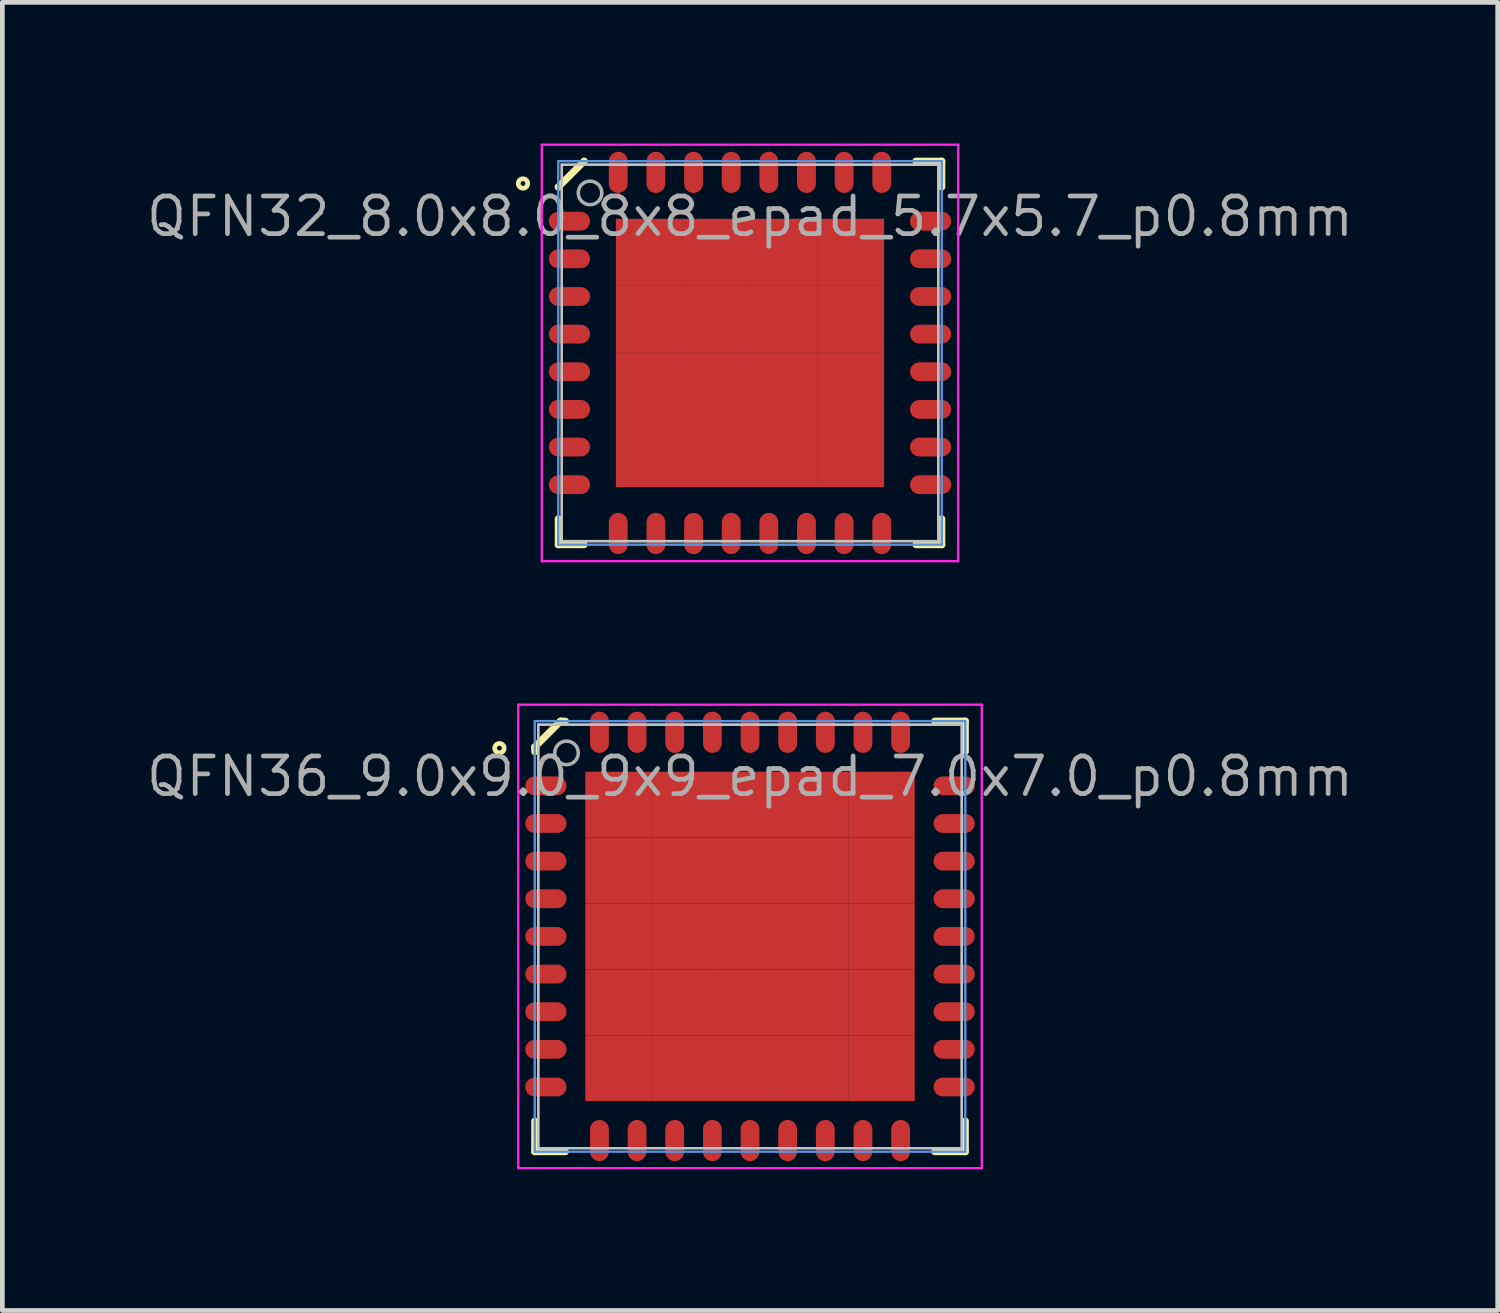
<source format=kicad_pcb>
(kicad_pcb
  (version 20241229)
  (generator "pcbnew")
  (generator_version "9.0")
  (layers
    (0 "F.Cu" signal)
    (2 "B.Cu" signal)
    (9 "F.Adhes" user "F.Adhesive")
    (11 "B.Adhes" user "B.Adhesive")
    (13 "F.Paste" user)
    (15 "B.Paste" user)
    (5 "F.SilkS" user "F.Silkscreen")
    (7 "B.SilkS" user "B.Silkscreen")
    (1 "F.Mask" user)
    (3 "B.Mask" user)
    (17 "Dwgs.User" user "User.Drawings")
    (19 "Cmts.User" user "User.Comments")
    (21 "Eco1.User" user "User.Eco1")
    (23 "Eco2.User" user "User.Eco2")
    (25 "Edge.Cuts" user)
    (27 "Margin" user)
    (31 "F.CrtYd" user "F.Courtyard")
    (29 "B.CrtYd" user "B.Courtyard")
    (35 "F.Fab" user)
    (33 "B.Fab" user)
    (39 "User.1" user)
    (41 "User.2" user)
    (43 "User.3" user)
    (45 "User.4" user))
  (footprint "QFN32_8.0x8.0_8x8_epad_5.7x5.7_p0.8mm"
    (layer "F.Cu")
    (at 12.889 4.45)
    (property "Reference" "QFN32_8.0x8.0_8x8_epad_5.7x5.7_p0.8mm" (at 0 -2.9 0) (layer "F.Fab") (effects (font (size 0.8 0.8) (thickness 0.1))))
    (attr through_hole)
    (fp_line (start -4.075 -3.525) (end -4.075 -3.525) (stroke (width 0.15) (type solid)) (layer "F.SilkS"))
    (fp_line (start -4.075 -3.525) (end -3.525 -4.075) (stroke (width 0.15) (type solid)) (layer "F.SilkS"))
    (fp_line (start -4.075 4.075) (end -4.075 3.525) (stroke (width 0.15) (type solid)) (layer "F.SilkS"))
    (fp_line (start -4.075 4.075) (end -3.525 4.075) (stroke (width 0.15) (type solid)) (layer "F.SilkS"))
    (fp_line (start -3.525 -4.075) (end -3.525 -4.075) (stroke (width 0.15) (type solid)) (layer "F.SilkS"))
    (fp_line (start 4.075 -4.075) (end 3.525 -4.075) (stroke (width 0.15) (type solid)) (layer "F.SilkS"))
    (fp_line (start 4.075 -4.075) (end 4.075 -3.525) (stroke (width 0.15) (type solid)) (layer "F.SilkS"))
    (fp_line (start 4.075 4.075) (end 3.525 4.075) (stroke (width 0.15) (type solid)) (layer "F.SilkS"))
    (fp_line (start 4.075 4.075) (end 4.075 3.525) (stroke (width 0.15) (type solid)) (layer "F.SilkS"))
    (fp_circle (center -4.825 -3.6) (end -4.754 -3.529) (stroke (width 0.1) (type solid)) (fill no) (layer "F.SilkS"))
    (fp_line (start -4 -4) (end -4 4) (stroke (width 0.05) (type solid)) (layer "Dwgs.User"))
    (fp_line (start -4 -4) (end 4 -4) (stroke (width 0.05) (type solid)) (layer "Dwgs.User"))
    (fp_line (start -4 4) (end 4 4) (stroke (width 0.05) (type solid)) (layer "Dwgs.User"))
    (fp_line (start 4 -4) (end 4 4) (stroke (width 0.05) (type solid)) (layer "Dwgs.User"))
    (fp_line (start -4.075 -4.075) (end -4.075 4.075) (stroke (width 0.05) (type solid)) (layer "Cmts.User"))
    (fp_line (start -4.075 -4.075) (end 4.075 -4.075) (stroke (width 0.05) (type solid)) (layer "Cmts.User"))
    (fp_line (start -4.075 4.075) (end 4.075 4.075) (stroke (width 0.05) (type solid)) (layer "Cmts.User"))
    (fp_line (start 4.075 -4.075) (end 4.075 4.075) (stroke (width 0.05) (type solid)) (layer "Cmts.User"))
    (fp_line (start -3.925 -3.925) (end -3.925 3.925) (stroke (width 0.05) (type solid)) (layer "Eco1.User"))
    (fp_line (start -3.925 -3.925) (end 3.925 -3.925) (stroke (width 0.05) (type solid)) (layer "Eco1.User"))
    (fp_line (start -3.925 3.925) (end 3.925 3.925) (stroke (width 0.05) (type solid)) (layer "Eco1.User"))
    (fp_line (start 3.925 -3.925) (end 3.925 3.925) (stroke (width 0.05) (type solid)) (layer "Eco1.User"))
    (fp_line (start -4.425 -4.425) (end -4.425 4.425) (stroke (width 0.05) (type solid)) (layer "F.CrtYd"))
    (fp_line (start -4.425 -4.425) (end 4.425 -4.425) (stroke (width 0.05) (type solid)) (layer "F.CrtYd"))
    (fp_line (start -4.425 4.425) (end 4.425 4.425) (stroke (width 0.05) (type solid)) (layer "F.CrtYd"))
    (fp_line (start 4.425 -4.425) (end 4.425 4.425) (stroke (width 0.05) (type solid)) (layer "F.CrtYd"))
    (fp_line (start -4 -4) (end -4 4) (stroke (width 0.05) (type solid)) (layer "F.Fab"))
    (fp_line (start -4 -4) (end 4 -4) (stroke (width 0.05) (type solid)) (layer "F.Fab"))
    (fp_line (start -4 4) (end 4 4) (stroke (width 0.05) (type solid)) (layer "F.Fab"))
    (fp_line (start 4 -4) (end 4 4) (stroke (width 0.05) (type solid)) (layer "F.Fab"))
    (fp_circle (center -3.4 -3.4) (end -3.223 -3.223) (stroke (width 0.075) (type solid)) (fill no) (layer "F.Fab"))
    (pad "1" smd oval (at -3.837 -2.8 180) (size 0.875 0.4) (layers "F.Cu" "F.Mask" "F.Paste"))
    (pad "2" smd oval (at -3.837 -2 180) (size 0.875 0.4) (layers "F.Cu" "F.Mask" "F.Paste"))
    (pad "3" smd oval (at -3.837 -1.2 180) (size 0.875 0.4) (layers "F.Cu" "F.Mask" "F.Paste"))
    (pad "4" smd oval (at -3.837 -0.4 180) (size 0.875 0.4) (layers "F.Cu" "F.Mask" "F.Paste"))
    (pad "5" smd oval (at -3.837 0.4 180) (size 0.875 0.4) (layers "F.Cu" "F.Mask" "F.Paste"))
    (pad "6" smd oval (at -3.837 1.2 180) (size 0.875 0.4) (layers "F.Cu" "F.Mask" "F.Paste"))
    (pad "7" smd oval (at -3.837 2 180) (size 0.875 0.4) (layers "F.Cu" "F.Mask" "F.Paste"))
    (pad "8" smd oval (at -3.837 2.8 180) (size 0.875 0.4) (layers "F.Cu" "F.Mask" "F.Paste"))
    (pad "9" smd oval (at -2.8 3.837 270) (size 0.875 0.4) (layers "F.Cu" "F.Mask" "F.Paste"))
    (pad "10" smd oval (at -2 3.837 270) (size 0.875 0.4) (layers "F.Cu" "F.Mask" "F.Paste"))
    (pad "11" smd oval (at -1.2 3.837 270) (size 0.875 0.4) (layers "F.Cu" "F.Mask" "F.Paste"))
    (pad "12" smd oval (at -0.4 3.837 270) (size 0.875 0.4) (layers "F.Cu" "F.Mask" "F.Paste"))
    (pad "13" smd oval (at 0.4 3.837 270) (size 0.875 0.4) (layers "F.Cu" "F.Mask" "F.Paste"))
    (pad "14" smd oval (at 1.2 3.837 270) (size 0.875 0.4) (layers "F.Cu" "F.Mask" "F.Paste"))
    (pad "15" smd oval (at 2 3.837 270) (size 0.875 0.4) (layers "F.Cu" "F.Mask" "F.Paste"))
    (pad "16" smd oval (at 2.8 3.837 270) (size 0.875 0.4) (layers "F.Cu" "F.Mask" "F.Paste"))
    (pad "17" smd oval (at 3.837 2.8) (size 0.875 0.4) (layers "F.Cu" "F.Mask" "F.Paste"))
    (pad "18" smd oval (at 3.837 2) (size 0.875 0.4) (layers "F.Cu" "F.Mask" "F.Paste"))
    (pad "19" smd oval (at 3.837 1.2) (size 0.875 0.4) (layers "F.Cu" "F.Mask" "F.Paste"))
    (pad "20" smd oval (at 3.837 0.4) (size 0.875 0.4) (layers "F.Cu" "F.Mask" "F.Paste"))
    (pad "21" smd oval (at 3.837 -0.4) (size 0.875 0.4) (layers "F.Cu" "F.Mask" "F.Paste"))
    (pad "22" smd oval (at 3.837 -1.2) (size 0.875 0.4) (layers "F.Cu" "F.Mask" "F.Paste"))
    (pad "23" smd oval (at 3.837 -2) (size 0.875 0.4) (layers "F.Cu" "F.Mask" "F.Paste"))
    (pad "24" smd oval (at 3.837 -2.8) (size 0.875 0.4) (layers "F.Cu" "F.Mask" "F.Paste"))
    (pad "25" smd oval (at 2.8 -3.837 90) (size 0.875 0.4) (layers "F.Cu" "F.Mask" "F.Paste"))
    (pad "26" smd oval (at 2 -3.837 90) (size 0.875 0.4) (layers "F.Cu" "F.Mask" "F.Paste"))
    (pad "27" smd oval (at 1.2 -3.837 90) (size 0.875 0.4) (layers "F.Cu" "F.Mask" "F.Paste"))
    (pad "28" smd oval (at 0.4 -3.837 90) (size 0.875 0.4) (layers "F.Cu" "F.Mask" "F.Paste"))
    (pad "29" smd oval (at -0.4 -3.837 90) (size 0.875 0.4) (layers "F.Cu" "F.Mask" "F.Paste"))
    (pad "30" smd oval (at -1.2 -3.837 90) (size 0.875 0.4) (layers "F.Cu" "F.Mask" "F.Paste"))
    (pad "31" smd oval (at -2 -3.837 90) (size 0.875 0.4) (layers "F.Cu" "F.Mask" "F.Paste"))
    (pad "32" smd oval (at -2.8 -3.837 90) (size 0.875 0.4) (layers "F.Cu" "F.Mask" "F.Paste"))
    (pad "33" smd rect (at -2.138 -2.138) (size 1.425 1.425) (layers "F.Cu" "F.Mask" "F.Paste"))
    (pad "33" smd rect (at -2.138 -0.713) (size 1.425 1.425) (layers "F.Cu" "F.Mask" "F.Paste"))
    (pad "33" smd rect (at -2.138 0.713) (size 1.425 1.425) (layers "F.Cu" "F.Mask" "F.Paste"))
    (pad "33" smd rect (at -2.138 2.138) (size 1.425 1.425) (layers "F.Cu" "F.Mask" "F.Paste"))
    (pad "33" smd rect (at -0.713 -2.138) (size 1.425 1.425) (layers "F.Cu" "F.Mask" "F.Paste"))
    (pad "33" smd rect (at -0.713 -0.713) (size 1.425 1.425) (layers "F.Cu" "F.Mask" "F.Paste"))
    (pad "33" smd rect (at -0.713 0.713) (size 1.425 1.425) (layers "F.Cu" "F.Mask" "F.Paste"))
    (pad "33" smd rect (at -0.713 2.138) (size 1.425 1.425) (layers "F.Cu" "F.Mask" "F.Paste"))
    (pad "33" smd rect (at 0.713 -2.138) (size 1.425 1.425) (layers "F.Cu" "F.Mask" "F.Paste"))
    (pad "33" smd rect (at 0.713 -0.713) (size 1.425 1.425) (layers "F.Cu" "F.Mask" "F.Paste"))
    (pad "33" smd rect (at 0.713 0.713) (size 1.425 1.425) (layers "F.Cu" "F.Mask" "F.Paste"))
    (pad "33" smd rect (at 0.713 2.138) (size 1.425 1.425) (layers "F.Cu" "F.Mask" "F.Paste"))
    (pad "33" smd rect (at 2.138 -2.138) (size 1.425 1.425) (layers "F.Cu" "F.Mask" "F.Paste"))
    (pad "33" smd rect (at 2.138 -0.713) (size 1.425 1.425) (layers "F.Cu" "F.Mask" "F.Paste"))
    (pad "33" smd rect (at 2.138 0.713) (size 1.425 1.425) (layers "F.Cu" "F.Mask" "F.Paste"))
    (pad "33" smd rect (at 2.138 2.138) (size 1.425 1.425) (layers "F.Cu" "F.Mask" "F.Paste")))
  (footprint "QFN36_9.0x9.0_9x9_epad_7.0x7.0_p0.8mm"
    (layer "F.Cu")
    (at 12.889 16.85)
    (property "Reference" "QFN36_9.0x9.0_9x9_epad_7.0x7.0_p0.8mm" (at 0 -3.4 0) (layer "F.Fab") (effects (font (size 0.8 0.8) (thickness 0.1))))
    (attr through_hole)
    (fp_line (start -4.575 -4.025) (end -4.575 -3.925) (stroke (width 0.15) (type solid)) (layer "F.SilkS"))
    (fp_line (start -4.575 -4.025) (end -4.025 -4.575) (stroke (width 0.15) (type solid)) (layer "F.SilkS"))
    (fp_line (start -4.575 4.575) (end -4.575 3.925) (stroke (width 0.15) (type solid)) (layer "F.SilkS"))
    (fp_line (start -4.575 4.575) (end -3.925 4.575) (stroke (width 0.15) (type solid)) (layer "F.SilkS"))
    (fp_line (start -3.925 -4.575) (end -4.025 -4.575) (stroke (width 0.15) (type solid)) (layer "F.SilkS"))
    (fp_line (start 4.575 -4.575) (end 3.925 -4.575) (stroke (width 0.15) (type solid)) (layer "F.SilkS"))
    (fp_line (start 4.575 -4.575) (end 4.575 -3.925) (stroke (width 0.15) (type solid)) (layer "F.SilkS"))
    (fp_line (start 4.575 4.575) (end 3.925 4.575) (stroke (width 0.15) (type solid)) (layer "F.SilkS"))
    (fp_line (start 4.575 4.575) (end 4.575 3.925) (stroke (width 0.15) (type solid)) (layer "F.SilkS"))
    (fp_circle (center -5.325 -4) (end -5.254 -3.929) (stroke (width 0.1) (type solid)) (fill no) (layer "F.SilkS"))
    (fp_line (start -4.5 -4.5) (end -4.5 4.5) (stroke (width 0.05) (type solid)) (layer "Dwgs.User"))
    (fp_line (start -4.5 -4.5) (end 4.5 -4.5) (stroke (width 0.05) (type solid)) (layer "Dwgs.User"))
    (fp_line (start -4.5 4.5) (end 4.5 4.5) (stroke (width 0.05) (type solid)) (layer "Dwgs.User"))
    (fp_line (start 4.5 -4.5) (end 4.5 4.5) (stroke (width 0.05) (type solid)) (layer "Dwgs.User"))
    (fp_line (start -4.575 -4.575) (end -4.575 4.575) (stroke (width 0.05) (type solid)) (layer "Cmts.User"))
    (fp_line (start -4.575 -4.575) (end 4.575 -4.575) (stroke (width 0.05) (type solid)) (layer "Cmts.User"))
    (fp_line (start -4.575 4.575) (end 4.575 4.575) (stroke (width 0.05) (type solid)) (layer "Cmts.User"))
    (fp_line (start 4.575 -4.575) (end 4.575 4.575) (stroke (width 0.05) (type solid)) (layer "Cmts.User"))
    (fp_line (start -4.425 -4.425) (end -4.425 4.425) (stroke (width 0.05) (type solid)) (layer "Eco1.User"))
    (fp_line (start -4.425 -4.425) (end 4.425 -4.425) (stroke (width 0.05) (type solid)) (layer "Eco1.User"))
    (fp_line (start -4.425 4.425) (end 4.425 4.425) (stroke (width 0.05) (type solid)) (layer "Eco1.User"))
    (fp_line (start 4.425 -4.425) (end 4.425 4.425) (stroke (width 0.05) (type solid)) (layer "Eco1.User"))
    (fp_line (start -4.925 -4.925) (end -4.925 4.925) (stroke (width 0.05) (type solid)) (layer "F.CrtYd"))
    (fp_line (start -4.925 -4.925) (end 4.925 -4.925) (stroke (width 0.05) (type solid)) (layer "F.CrtYd"))
    (fp_line (start -4.925 4.925) (end 4.925 4.925) (stroke (width 0.05) (type solid)) (layer "F.CrtYd"))
    (fp_line (start 4.925 -4.925) (end 4.925 4.925) (stroke (width 0.05) (type solid)) (layer "F.CrtYd"))
    (fp_line (start -4.5 -4.5) (end -4.5 4.5) (stroke (width 0.05) (type solid)) (layer "F.Fab"))
    (fp_line (start -4.5 -4.5) (end 4.5 -4.5) (stroke (width 0.05) (type solid)) (layer "F.Fab"))
    (fp_line (start -4.5 4.5) (end 4.5 4.5) (stroke (width 0.05) (type solid)) (layer "F.Fab"))
    (fp_line (start 4.5 -4.5) (end 4.5 4.5) (stroke (width 0.05) (type solid)) (layer "F.Fab"))
    (fp_circle (center -3.9 -3.9) (end -3.723 -3.723) (stroke (width 0.075) (type solid)) (fill no) (layer "F.Fab"))
    (pad "1" smd oval (at -4.338 -3.2 180) (size 0.875 0.4) (layers "F.Cu" "F.Mask" "F.Paste"))
    (pad "2" smd oval (at -4.338 -2.4 180) (size 0.875 0.4) (layers "F.Cu" "F.Mask" "F.Paste"))
    (pad "3" smd oval (at -4.338 -1.6 180) (size 0.875 0.4) (layers "F.Cu" "F.Mask" "F.Paste"))
    (pad "4" smd oval (at -4.338 -0.8 180) (size 0.875 0.4) (layers "F.Cu" "F.Mask" "F.Paste"))
    (pad "5" smd oval (at -4.338 0 180) (size 0.875 0.4) (layers "F.Cu" "F.Mask" "F.Paste"))
    (pad "6" smd oval (at -4.338 0.8 180) (size 0.875 0.4) (layers "F.Cu" "F.Mask" "F.Paste"))
    (pad "7" smd oval (at -4.338 1.6 180) (size 0.875 0.4) (layers "F.Cu" "F.Mask" "F.Paste"))
    (pad "8" smd oval (at -4.338 2.4 180) (size 0.875 0.4) (layers "F.Cu" "F.Mask" "F.Paste"))
    (pad "9" smd oval (at -4.338 3.2 180) (size 0.875 0.4) (layers "F.Cu" "F.Mask" "F.Paste"))
    (pad "10" smd oval (at -3.2 4.338 270) (size 0.875 0.4) (layers "F.Cu" "F.Mask" "F.Paste"))
    (pad "11" smd oval (at -2.4 4.338 270) (size 0.875 0.4) (layers "F.Cu" "F.Mask" "F.Paste"))
    (pad "12" smd oval (at -1.6 4.338 270) (size 0.875 0.4) (layers "F.Cu" "F.Mask" "F.Paste"))
    (pad "13" smd oval (at -0.8 4.338 270) (size 0.875 0.4) (layers "F.Cu" "F.Mask" "F.Paste"))
    (pad "14" smd oval (at 0 4.338 270) (size 0.875 0.4) (layers "F.Cu" "F.Mask" "F.Paste"))
    (pad "15" smd oval (at 0.8 4.338 270) (size 0.875 0.4) (layers "F.Cu" "F.Mask" "F.Paste"))
    (pad "16" smd oval (at 1.6 4.338 270) (size 0.875 0.4) (layers "F.Cu" "F.Mask" "F.Paste"))
    (pad "17" smd oval (at 2.4 4.338 270) (size 0.875 0.4) (layers "F.Cu" "F.Mask" "F.Paste"))
    (pad "18" smd oval (at 3.2 4.338 270) (size 0.875 0.4) (layers "F.Cu" "F.Mask" "F.Paste"))
    (pad "19" smd oval (at 4.338 3.2) (size 0.875 0.4) (layers "F.Cu" "F.Mask" "F.Paste"))
    (pad "20" smd oval (at 4.338 2.4) (size 0.875 0.4) (layers "F.Cu" "F.Mask" "F.Paste"))
    (pad "21" smd oval (at 4.338 1.6) (size 0.875 0.4) (layers "F.Cu" "F.Mask" "F.Paste"))
    (pad "22" smd oval (at 4.338 0.8) (size 0.875 0.4) (layers "F.Cu" "F.Mask" "F.Paste"))
    (pad "23" smd oval (at 4.338 0) (size 0.875 0.4) (layers "F.Cu" "F.Mask" "F.Paste"))
    (pad "24" smd oval (at 4.338 -0.8) (size 0.875 0.4) (layers "F.Cu" "F.Mask" "F.Paste"))
    (pad "25" smd oval (at 4.338 -1.6) (size 0.875 0.4) (layers "F.Cu" "F.Mask" "F.Paste"))
    (pad "26" smd oval (at 4.338 -2.4) (size 0.875 0.4) (layers "F.Cu" "F.Mask" "F.Paste"))
    (pad "27" smd oval (at 4.338 -3.2) (size 0.875 0.4) (layers "F.Cu" "F.Mask" "F.Paste"))
    (pad "28" smd oval (at 3.2 -4.338 90) (size 0.875 0.4) (layers "F.Cu" "F.Mask" "F.Paste"))
    (pad "29" smd oval (at 2.4 -4.338 90) (size 0.875 0.4) (layers "F.Cu" "F.Mask" "F.Paste"))
    (pad "30" smd oval (at 1.6 -4.338 90) (size 0.875 0.4) (layers "F.Cu" "F.Mask" "F.Paste"))
    (pad "31" smd oval (at 0.8 -4.338 90) (size 0.875 0.4) (layers "F.Cu" "F.Mask" "F.Paste"))
    (pad "32" smd oval (at 0 -4.338 90) (size 0.875 0.4) (layers "F.Cu" "F.Mask" "F.Paste"))
    (pad "33" smd oval (at -0.8 -4.338 90) (size 0.875 0.4) (layers "F.Cu" "F.Mask" "F.Paste"))
    (pad "34" smd oval (at -1.6 -4.338 90) (size 0.875 0.4) (layers "F.Cu" "F.Mask" "F.Paste"))
    (pad "35" smd oval (at -2.4 -4.338 90) (size 0.875 0.4) (layers "F.Cu" "F.Mask" "F.Paste"))
    (pad "36" smd oval (at -3.2 -4.338 90) (size 0.875 0.4) (layers "F.Cu" "F.Mask" "F.Paste"))
    (pad "37" smd rect (at -2.8 -2.8) (size 1.4 1.4) (layers "F.Cu" "F.Mask" "F.Paste"))
    (pad "37" smd rect (at -2.8 -1.4) (size 1.4 1.4) (layers "F.Cu" "F.Mask" "F.Paste"))
    (pad "37" smd rect (at -2.8 0) (size 1.4 1.4) (layers "F.Cu" "F.Mask" "F.Paste"))
    (pad "37" smd rect (at -2.8 1.4) (size 1.4 1.4) (layers "F.Cu" "F.Mask" "F.Paste"))
    (pad "37" smd rect (at -2.8 2.8) (size 1.4 1.4) (layers "F.Cu" "F.Mask" "F.Paste"))
    (pad "37" smd rect (at -1.4 -2.8) (size 1.4 1.4) (layers "F.Cu" "F.Mask" "F.Paste"))
    (pad "37" smd rect (at -1.4 -1.4) (size 1.4 1.4) (layers "F.Cu" "F.Mask" "F.Paste"))
    (pad "37" smd rect (at -1.4 0) (size 1.4 1.4) (layers "F.Cu" "F.Mask" "F.Paste"))
    (pad "37" smd rect (at -1.4 1.4) (size 1.4 1.4) (layers "F.Cu" "F.Mask" "F.Paste"))
    (pad "37" smd rect (at -1.4 2.8) (size 1.4 1.4) (layers "F.Cu" "F.Mask" "F.Paste"))
    (pad "37" smd rect (at 0 -2.8) (size 1.4 1.4) (layers "F.Cu" "F.Mask" "F.Paste"))
    (pad "37" smd rect (at 0 -1.4) (size 1.4 1.4) (layers "F.Cu" "F.Mask" "F.Paste"))
    (pad "37" smd rect (at 0 0) (size 1.4 1.4) (layers "F.Cu" "F.Mask" "F.Paste"))
    (pad "37" smd rect (at 0 1.4) (size 1.4 1.4) (layers "F.Cu" "F.Mask" "F.Paste"))
    (pad "37" smd rect (at 0 2.8) (size 1.4 1.4) (layers "F.Cu" "F.Mask" "F.Paste"))
    (pad "37" smd rect (at 1.4 -2.8) (size 1.4 1.4) (layers "F.Cu" "F.Mask" "F.Paste"))
    (pad "37" smd rect (at 1.4 -1.4) (size 1.4 1.4) (layers "F.Cu" "F.Mask" "F.Paste"))
    (pad "37" smd rect (at 1.4 0) (size 1.4 1.4) (layers "F.Cu" "F.Mask" "F.Paste"))
    (pad "37" smd rect (at 1.4 1.4) (size 1.4 1.4) (layers "F.Cu" "F.Mask" "F.Paste"))
    (pad "37" smd rect (at 1.4 2.8) (size 1.4 1.4) (layers "F.Cu" "F.Mask" "F.Paste"))
    (pad "37" smd rect (at 2.8 -2.8) (size 1.4 1.4) (layers "F.Cu" "F.Mask" "F.Paste"))
    (pad "37" smd rect (at 2.8 -1.4) (size 1.4 1.4) (layers "F.Cu" "F.Mask" "F.Paste"))
    (pad "37" smd rect (at 2.8 0) (size 1.4 1.4) (layers "F.Cu" "F.Mask" "F.Paste"))
    (pad "37" smd rect (at 2.8 1.4) (size 1.4 1.4) (layers "F.Cu" "F.Mask" "F.Paste"))
    (pad "37" smd rect (at 2.8 2.8) (size 1.4 1.4) (layers "F.Cu" "F.Mask" "F.Paste")))
  (gr_rect
    (start -3 -3)
    (end 28.778 24.8)
    (stroke (width 0.1) (type default))
    (fill no)
    (layer "Edge.Cuts")))
</source>
